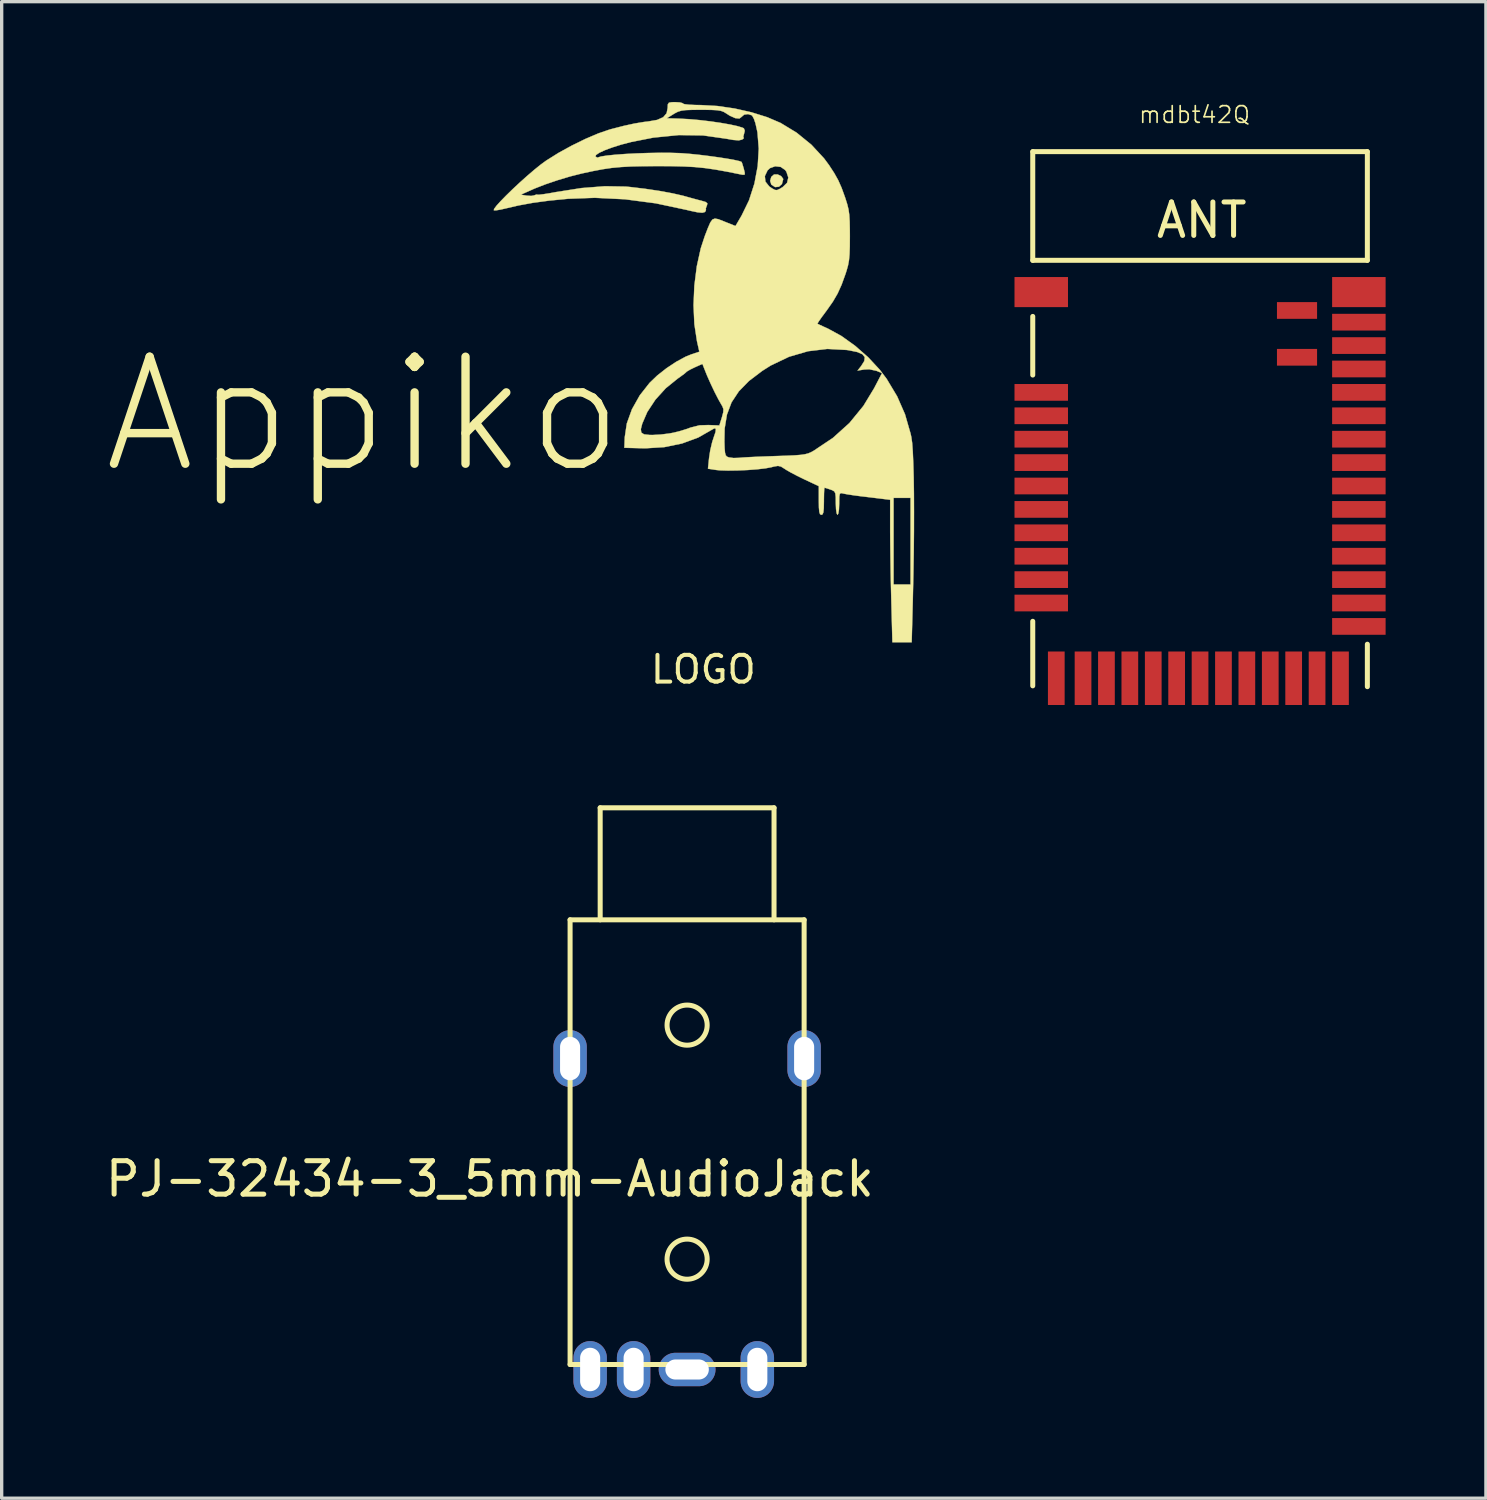
<source format=kicad_pcb>
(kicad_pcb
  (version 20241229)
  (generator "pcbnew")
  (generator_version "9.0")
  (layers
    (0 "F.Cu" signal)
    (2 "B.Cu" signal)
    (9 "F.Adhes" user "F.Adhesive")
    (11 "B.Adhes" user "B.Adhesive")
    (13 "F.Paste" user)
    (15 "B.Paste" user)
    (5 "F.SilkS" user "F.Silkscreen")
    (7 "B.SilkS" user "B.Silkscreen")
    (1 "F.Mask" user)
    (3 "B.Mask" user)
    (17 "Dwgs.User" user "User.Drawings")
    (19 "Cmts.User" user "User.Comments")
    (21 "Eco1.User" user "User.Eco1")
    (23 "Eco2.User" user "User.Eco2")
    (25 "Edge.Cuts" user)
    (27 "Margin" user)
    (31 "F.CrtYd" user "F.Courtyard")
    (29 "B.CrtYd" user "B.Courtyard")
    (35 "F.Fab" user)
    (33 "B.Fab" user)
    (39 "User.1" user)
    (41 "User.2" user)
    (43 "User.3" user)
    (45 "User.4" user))
  (footprint "PJ-32434-3_5mm-AudioJack"
    (layer "F.Cu")
    (at 17.501 31.111)
    (property "Reference" "PJ-32434-3_5mm-AudioJack" (at -5.9 1.1 0) (layer "F.SilkS") (effects (font (size 1 1) (thickness 0.15))))
    (attr through_hole)
    (fp_line (start -3.5 -6.65) (end -3.5 6.65) (stroke (width 0.15) (type solid)) (layer "F.SilkS"))
    (fp_line (start -3.5 6.65) (end 3.5 6.65) (stroke (width 0.15) (type solid)) (layer "F.SilkS"))
    (fp_line (start -2.6 -10) (end -2.6 -6.65) (stroke (width 0.15) (type solid)) (layer "F.SilkS"))
    (fp_line (start -2.6 -10) (end 2.6 -10) (stroke (width 0.15) (type solid)) (layer "F.SilkS"))
    (fp_line (start 2.6 -10) (end 2.6 -6.65) (stroke (width 0.15) (type solid)) (layer "F.SilkS"))
    (fp_line (start 3.5 -6.65) (end -3.5 -6.65) (stroke (width 0.15) (type solid)) (layer "F.SilkS"))
    (fp_line (start 3.5 6.65) (end 3.5 -6.65) (stroke (width 0.15) (type solid)) (layer "F.SilkS"))
    (fp_circle (center 0 -3.5) (end 0.6 -3.5) (stroke (width 0.15) (type solid)) (fill no) (layer "F.SilkS"))
    (fp_circle (center 0 3.5) (end 0.6 3.5) (stroke (width 0.15) (type solid)) (fill no) (layer "F.SilkS"))
    (pad "" thru_hole oval (at -3.5 -2.5) (size 1 1.7) (drill oval 0.6 1.3) (layers "*.Cu" "*.Mask"))
    (pad "" thru_hole oval (at 3.5 -2.5) (size 1 1.7) (drill oval 0.6 1.3) (layers "*.Cu" "*.Mask"))
    (pad "1" thru_hole oval (at -2.9 6.8) (size 1 1.7) (drill oval 0.6 1.3) (layers "*.Cu" "*.Mask"))
    (pad "2" thru_hole oval (at 0 6.8 90) (size 1 1.7) (drill oval 0.6 1.3) (layers "*.Cu" "*.Mask"))
    (pad "3" thru_hole oval (at -1.6 6.8) (size 1 1.7) (drill oval 0.6 1.3) (layers "*.Cu" "*.Mask"))
    (pad "4" thru_hole oval (at 2.1 6.8) (size 1 1.7) (drill oval 0.6 1.3) (layers "*.Cu" "*.Mask")))
  (footprint "LOGO"
    (layer "F.Cu")
    (at 17.986 8.082)
    (property "Reference" "LOGO" (at 0 8.89 0) (layer "F.SilkS") (effects (font (size 0.8 0.8) (thickness 0.12))))
    (attr through_hole)
    (fp_poly (pts (xy 2.327 -5.865) (xy 2.386 -5.786) (xy 2.388 -5.768) (xy 2.351 -5.628) (xy 2.262 -5.547) (xy 2.147 -5.536) (xy 2.035 -5.609) (xy 2.034 -5.611) (xy 1.998 -5.722) (xy 2.032 -5.841) (xy 2.114 -5.913) (xy 2.221 -5.915) (xy 2.327 -5.865)) (stroke (width 0.01) (type solid)) (fill yes) (layer "F.SilkS"))
    (fp_poly (pts (xy -0.702 -8.069) (xy -0.62 -8.047) (xy -0.61 -8.034) (xy -0.562 -8.016) (xy -0.434 -8.001) (xy -0.246 -7.992) (xy -0.064 -7.989) (xy 0.419 -7.962) (xy 0.93 -7.888) (xy 1.437 -7.774) (xy 1.909 -7.627) (xy 2.311 -7.455) (xy 2.79 -7.164) (xy 3.232 -6.804) (xy 3.611 -6.395) (xy 3.757 -6.198) (xy 3.916 -5.954) (xy 4.035 -5.741) (xy 4.135 -5.516) (xy 4.235 -5.24) (xy 4.252 -5.19) (xy 4.305 -5.021) (xy 4.342 -4.87) (xy 4.365 -4.709) (xy 4.377 -4.514) (xy 4.382 -4.258) (xy 4.383 -4.064) (xy 4.381 -3.759) (xy 4.373 -3.531) (xy 4.357 -3.352) (xy 4.329 -3.198) (xy 4.286 -3.043) (xy 4.253 -2.94) (xy 4.136 -2.617) (xy 4.017 -2.354) (xy 3.875 -2.11) (xy 3.689 -1.845) (xy 3.656 -1.801) (xy 3.541 -1.646) (xy 3.456 -1.524) (xy 3.415 -1.457) (xy 3.414 -1.449) (xy 3.464 -1.424) (xy 3.582 -1.369) (xy 3.728 -1.303) (xy 4.13 -1.083) (xy 4.539 -0.79) (xy 4.93 -0.447) (xy 5.275 -0.076) (xy 5.483 0.199) (xy 5.798 0.724) (xy 6.032 1.258) (xy 6.199 1.838) (xy 6.222 1.943) (xy 6.246 2.113) (xy 6.265 2.376) (xy 6.28 2.722) (xy 6.292 3.143) (xy 6.299 3.628) (xy 6.301 4.17) (xy 6.3 4.758) (xy 6.294 5.384) (xy 6.283 6.039) (xy 6.268 6.713) (xy 6.266 6.82) (xy 6.232 8.077) (xy 5.655 8.077) (xy 5.622 6.82) (xy 5.612 6.406) (xy 5.603 5.966) (xy 5.596 5.528) (xy 5.591 5.123) (xy 5.588 4.78) (xy 5.588 4.689) (xy 5.588 3.816) (xy 5.372 3.79) (xy 5.217 3.771) (xy 5.118 3.759) (xy 5.69 3.759) (xy 5.69 6.35) (xy 6.198 6.35) (xy 6.198 3.759) (xy 5.69 3.759) (xy 5.118 3.759) (xy 5.003 3.745) (xy 4.771 3.717) (xy 4.724 3.712) (xy 4.511 3.684) (xy 4.326 3.656) (xy 4.2 3.633) (xy 4.178 3.627) (xy 4.117 3.616) (xy 4.083 3.638) (xy 4.068 3.715) (xy 4.064 3.867) (xy 4.064 3.931) (xy 4.057 4.106) (xy 4.038 4.226) (xy 4.013 4.267) (xy 3.987 4.22) (xy 3.969 4.095) (xy 3.962 3.917) (xy 3.96 3.732) (xy 3.948 3.623) (xy 3.915 3.563) (xy 3.85 3.527) (xy 3.802 3.51) (xy 3.689 3.472) (xy 3.626 3.455) (xy 3.625 3.454) (xy 3.616 3.501) (xy 3.61 3.626) (xy 3.607 3.803) (xy 3.607 3.861) (xy 3.603 4.069) (xy 3.59 4.194) (xy 3.564 4.254) (xy 3.531 4.267) (xy 3.492 4.249) (xy 3.469 4.181) (xy 3.457 4.048) (xy 3.454 3.838) (xy 3.454 3.408) (xy 3.022 3.206) (xy 2.81 3.102) (xy 2.615 3) (xy 2.468 2.915) (xy 2.431 2.89) (xy 2.324 2.823) (xy 2.233 2.802) (xy 2.111 2.822) (xy 2.037 2.842) (xy 1.862 2.875) (xy 1.615 2.904) (xy 1.326 2.926) (xy 1.024 2.939) (xy 0.739 2.943) (xy 0.5 2.936) (xy 0.381 2.924) (xy 0.139 2.887) (xy 0.173 2.557) (xy 0.208 2.331) (xy 0.263 2.098) (xy 0.277 2.056) (xy 0.63 2.056) (xy 0.637 2.273) (xy 0.649 2.41) (xy 0.671 2.487) (xy 0.709 2.527) (xy 0.765 2.548) (xy 0.903 2.567) (xy 1.064 2.562) (xy 1.067 2.562) (xy 1.175 2.552) (xy 1.364 2.541) (xy 1.614 2.529) (xy 1.905 2.518) (xy 2.159 2.509) (xy 2.488 2.498) (xy 2.733 2.487) (xy 2.911 2.473) (xy 3.041 2.454) (xy 3.14 2.428) (xy 3.225 2.392) (xy 3.302 2.349) (xy 3.875 1.966) (xy 4.37 1.52) (xy 4.789 1.007) (xy 5.107 0.483) (xy 5.345 0.027) (xy 5.176 -0.042) (xy 4.963 -0.087) (xy 4.81 -0.08) (xy 4.613 -0.048) (xy 4.72 -0.183) (xy 4.814 -0.332) (xy 4.829 -0.448) (xy 4.76 -0.536) (xy 4.602 -0.604) (xy 4.348 -0.656) (xy 4.288 -0.665) (xy 3.708 -0.696) (xy 3.131 -0.627) (xy 2.565 -0.462) (xy 2.018 -0.201) (xy 1.763 -0.04) (xy 1.365 0.262) (xy 1.062 0.572) (xy 0.844 0.902) (xy 0.706 1.269) (xy 0.638 1.684) (xy 0.63 2.056) (xy 0.277 2.056) (xy 0.305 1.967) (xy 0.365 1.789) (xy 0.374 1.694) (xy 0.333 1.678) (xy 0.264 1.716) (xy -0.154 1.955) (xy -0.636 2.132) (xy -1.165 2.241) (xy -1.72 2.276) (xy -1.81 2.275) (xy -2.362 2.261) (xy -2.35 1.947) (xy -2.314 1.704) (xy -1.869 1.704) (xy -1.855 1.806) (xy -1.772 1.859) (xy -1.608 1.877) (xy -1.513 1.878) (xy -1.275 1.865) (xy -1.018 1.833) (xy -0.889 1.809) (xy -0.683 1.757) (xy -0.482 1.694) (xy -0.381 1.656) (xy -0.114 1.589) (xy 0.151 1.581) (xy 0.48 1.593) (xy 0.555 1.352) (xy 0.596 1.2) (xy 0.601 1.102) (xy 0.568 1.016) (xy 0.543 0.975) (xy 0.451 0.813) (xy 0.337 0.591) (xy 0.219 0.343) (xy 0.113 0.104) (xy 0.067 -0.01) (xy -0.027 -0.248) (xy -0.253 -0.147) (xy -0.391 -0.08) (xy -0.485 -0.025) (xy -0.507 -0.007) (xy -0.561 0.042) (xy -0.672 0.124) (xy -0.767 0.191) (xy -1.124 0.48) (xy -1.433 0.821) (xy -1.677 1.191) (xy -1.827 1.539) (xy -1.869 1.704) (xy -2.314 1.704) (xy -2.288 1.533) (xy -2.135 1.109) (xy -1.901 0.693) (xy -1.608 0.32) (xy -1.379 0.1) (xy -1.102 -0.118) (xy -0.808 -0.313) (xy -0.527 -0.465) (xy -0.364 -0.531) (xy -0.119 -0.612) (xy -0.19 -0.928) (xy -0.268 -1.44) (xy -0.293 -2.004) (xy -0.268 -2.59) (xy -0.195 -3.168) (xy -0.076 -3.707) (xy 0.044 -4.072) (xy 0.138 -4.315) (xy 0.208 -4.476) (xy 0.271 -4.565) (xy 0.346 -4.595) (xy 0.449 -4.576) (xy 0.598 -4.518) (xy 0.697 -4.478) (xy 0.962 -4.372) (xy 1.144 -4.683) (xy 1.367 -5.141) (xy 1.529 -5.644) (xy 1.57 -5.865) (xy 1.84 -5.865) (xy 1.857 -5.701) (xy 1.971 -5.556) (xy 2.057 -5.497) (xy 2.141 -5.452) (xy 2.204 -5.446) (xy 2.286 -5.483) (xy 2.375 -5.537) (xy 2.505 -5.664) (xy 2.542 -5.822) (xy 2.486 -5.993) (xy 2.447 -6.048) (xy 2.314 -6.14) (xy 2.15 -6.159) (xy 1.995 -6.104) (xy 1.921 -6.036) (xy 1.84 -5.865) (xy 1.57 -5.865) (xy 1.627 -6.167) (xy 1.658 -6.686) (xy 1.619 -7.176) (xy 1.56 -7.442) (xy 1.513 -7.579) (xy 1.463 -7.67) (xy 1.45 -7.683) (xy 1.338 -7.72) (xy 1.222 -7.704) (xy 1.149 -7.642) (xy 1.148 -7.64) (xy 1.08 -7.587) (xy 0.955 -7.599) (xy 0.791 -7.672) (xy 0.689 -7.738) (xy 0.612 -7.785) (xy 0.526 -7.817) (xy 0.41 -7.836) (xy 0.241 -7.845) (xy -0.002 -7.848) (xy -0.076 -7.848) (xy -0.34 -7.846) (xy -0.526 -7.839) (xy -0.657 -7.822) (xy -0.757 -7.792) (xy -0.848 -7.746) (xy -0.889 -7.721) (xy -1.092 -7.595) (xy -0.711 -7.583) (xy -0.426 -7.568) (xy -0.112 -7.54) (xy 0.21 -7.502) (xy 0.52 -7.457) (xy 0.798 -7.408) (xy 1.023 -7.359) (xy 1.176 -7.312) (xy 1.213 -7.293) (xy 1.24 -7.22) (xy 1.219 -7.136) (xy 1.195 -7.043) (xy 1.208 -7.009) (xy 1.202 -6.987) (xy 1.156 -6.956) (xy 1.059 -6.934) (xy 0.889 -6.947) (xy 0.686 -6.983) (xy -0.011 -7.082) (xy -0.734 -7.092) (xy -1.493 -7.016) (xy -2.164 -6.884) (xy -2.452 -6.808) (xy -2.716 -6.725) (xy -2.941 -6.642) (xy -3.11 -6.564) (xy -3.209 -6.497) (xy -3.226 -6.452) (xy -3.171 -6.418) (xy -3.156 -6.422) (xy -3.059 -6.452) (xy -2.877 -6.48) (xy -2.628 -6.505) (xy -2.33 -6.527) (xy -1.999 -6.544) (xy -1.653 -6.556) (xy -1.309 -6.562) (xy -0.985 -6.561) (xy -0.697 -6.552) (xy -0.617 -6.547) (xy -0.37 -6.527) (xy -0.093 -6.498) (xy 0.196 -6.462) (xy 0.477 -6.423) (xy 0.731 -6.383) (xy 0.94 -6.345) (xy 1.085 -6.312) (xy 1.145 -6.288) (xy 1.165 -6.235) (xy 1.2 -6.12) (xy 1.211 -6.08) (xy 1.241 -5.956) (xy 1.232 -5.906) (xy 1.172 -5.905) (xy 1.127 -5.914) (xy 0.708 -5.998) (xy 0.356 -6.061) (xy 0.043 -6.106) (xy -0.259 -6.136) (xy -0.578 -6.153) (xy -0.943 -6.162) (xy -1.372 -6.164) (xy -1.805 -6.161) (xy -2.161 -6.153) (xy -2.465 -6.136) (xy -2.74 -6.11) (xy -3.011 -6.07) (xy -3.302 -6.015) (xy -3.632 -5.944) (xy -3.981 -5.856) (xy -4.361 -5.742) (xy -4.732 -5.616) (xy -5.052 -5.491) (xy -5.105 -5.467) (xy -5.461 -5.309) (xy -5.283 -5.281) (xy -5.149 -5.272) (xy -5.056 -5.289) (xy -5.05 -5.293) (xy -4.984 -5.315) (xy -4.97 -5.309) (xy -4.913 -5.308) (xy -4.779 -5.324) (xy -4.588 -5.354) (xy -4.416 -5.386) (xy -3.644 -5.507) (xy -2.944 -5.562) (xy -2.319 -5.551) (xy -2.189 -5.539) (xy -1.745 -5.486) (xy -1.316 -5.422) (xy -0.929 -5.351) (xy -0.608 -5.278) (xy -0.533 -5.257) (xy -0.332 -5.201) (xy -0.128 -5.146) (xy -0.063 -5.13) (xy 0.069 -5.091) (xy 0.12 -5.051) (xy 0.11 -4.994) (xy 0.104 -4.983) (xy 0.074 -4.898) (xy 0.079 -4.865) (xy 0.069 -4.818) (xy 0.039 -4.787) (xy -0.032 -4.769) (xy -0.172 -4.782) (xy -0.392 -4.828) (xy -0.5 -4.854) (xy -1.425 -5.051) (xy -2.346 -5.172) (xy -3.244 -5.216) (xy -4.04 -5.187) (xy -4.607 -5.132) (xy -5.097 -5.066) (xy -5.534 -4.986) (xy -5.886 -4.904) (xy -6.06 -4.864) (xy -6.198 -4.841) (xy -6.265 -4.84) (xy -6.259 -4.881) (xy -6.188 -4.977) (xy -6.063 -5.115) (xy -5.897 -5.285) (xy -5.702 -5.475) (xy -5.489 -5.674) (xy -5.27 -5.87) (xy -5.058 -6.052) (xy -4.865 -6.208) (xy -4.702 -6.327) (xy -4.699 -6.329) (xy -4.332 -6.559) (xy -3.931 -6.779) (xy -3.525 -6.978) (xy -3.14 -7.142) (xy -2.804 -7.257) (xy -2.769 -7.267) (xy -2.377 -7.368) (xy -2.056 -7.438) (xy -1.778 -7.484) (xy -1.655 -7.498) (xy -1.383 -7.545) (xy -1.2 -7.626) (xy -1.098 -7.745) (xy -1.067 -7.903) (xy -1.062 -8.01) (xy -1.028 -8.061) (xy -0.938 -8.076) (xy -0.838 -8.077) (xy -0.702 -8.069)) (stroke (width 0.01) (type solid)) (fill yes) (layer "F.SilkS"))
    (fp_text user "Appiko" (at -10.16 1.27 0) (layer "F.SilkS") (effects (font (size 3.2 3.2) (thickness 0.25)))))
  (footprint "mdbt42Q"
    (layer "F.Cu")
    (at 32.843 10.986)
    (property "Reference" "mdbt42Q" (at -0.166 -10.606 0) (layer "F.SilkS") (effects (font (size 0.5 0.5) (thickness 0.05))))
    (attr through_hole)
    (fp_line (start -5.004 -9.5) (end -5.004 -6.248) (stroke (width 0.15) (type solid)) (layer "F.SilkS"))
    (fp_line (start -5.004 -2.819) (end -5.004 -4.572) (stroke (width 0.15) (type solid)) (layer "F.SilkS"))
    (fp_line (start -5.004 6.477) (end -5.004 4.547) (stroke (width 0.15) (type solid)) (layer "F.SilkS"))
    (fp_line (start -5 -9.5) (end 5 -9.5) (stroke (width 0.15) (type solid)) (layer "F.SilkS"))
    (fp_line (start 5 -6.25) (end -5 -6.25) (stroke (width 0.15) (type solid)) (layer "F.SilkS"))
    (fp_line (start 5.004 -9.5) (end 5.004 -6.248) (stroke (width 0.15) (type solid)) (layer "F.SilkS"))
    (fp_line (start 5.004 6.502) (end 5.004 5.232) (stroke (width 0.15) (type solid)) (layer "F.SilkS"))
    (fp_text user "ANT" (at 0.05 -7.45 0) (layer "F.SilkS") (effects (font (size 1 1) (thickness 0.15))))
    (pad "1" smd rect (at -4.75 -5.3) (size 1.6 0.9) (layers "F.Cu" "F.Mask" "F.Paste"))
    (pad "2" smd rect (at -4.75 -2.3) (size 1.6 0.5) (layers "F.Cu" "F.Mask" "F.Paste"))
    (pad "3" smd rect (at -4.75 -1.6) (size 1.6 0.5) (layers "F.Cu" "F.Mask" "F.Paste"))
    (pad "4" smd rect (at -4.75 -0.9) (size 1.6 0.5) (layers "F.Cu" "F.Mask" "F.Paste"))
    (pad "5" smd rect (at -4.75 -0.2) (size 1.6 0.5) (layers "F.Cu" "F.Mask" "F.Paste"))
    (pad "6" smd rect (at -4.75 0.5) (size 1.6 0.5) (layers "F.Cu" "F.Mask" "F.Paste"))
    (pad "7" smd rect (at -4.75 1.2) (size 1.6 0.5) (layers "F.Cu" "F.Mask" "F.Paste"))
    (pad "8" smd rect (at -4.75 1.9) (size 1.6 0.5) (layers "F.Cu" "F.Mask" "F.Paste"))
    (pad "9" smd rect (at -4.75 2.6) (size 1.6 0.5) (layers "F.Cu" "F.Mask" "F.Paste"))
    (pad "10" smd rect (at -4.75 3.3) (size 1.6 0.5) (layers "F.Cu" "F.Mask" "F.Paste"))
    (pad "11" smd rect (at -4.75 4) (size 1.6 0.5) (layers "F.Cu" "F.Mask" "F.Paste"))
    (pad "12" smd rect (at -4.3 6.25) (size 0.5 1.6) (layers "F.Cu" "F.Mask" "F.Paste"))
    (pad "13" smd rect (at -3.5 6.25) (size 0.5 1.6) (layers "F.Cu" "F.Mask" "F.Paste"))
    (pad "14" smd rect (at -2.8 6.25) (size 0.5 1.6) (layers "F.Cu" "F.Mask" "F.Paste"))
    (pad "15" smd rect (at -2.1 6.25) (size 0.5 1.6) (layers "F.Cu" "F.Mask" "F.Paste"))
    (pad "16" smd rect (at -1.4 6.25) (size 0.5 1.6) (layers "F.Cu" "F.Mask" "F.Paste"))
    (pad "17" smd rect (at -0.7 6.25) (size 0.5 1.6) (layers "F.Cu" "F.Mask" "F.Paste"))
    (pad "18" smd rect (at 0 6.25) (size 0.5 1.6) (layers "F.Cu" "F.Mask" "F.Paste"))
    (pad "19" smd rect (at 0.7 6.25) (size 0.5 1.6) (layers "F.Cu" "F.Mask" "F.Paste"))
    (pad "20" smd rect (at 1.4 6.25) (size 0.5 1.6) (layers "F.Cu" "F.Mask" "F.Paste"))
    (pad "21" smd rect (at 2.1 6.25) (size 0.5 1.6) (layers "F.Cu" "F.Mask" "F.Paste"))
    (pad "22" smd rect (at 2.8 6.25) (size 0.5 1.6) (layers "F.Cu" "F.Mask" "F.Paste"))
    (pad "23" smd rect (at 3.5 6.25) (size 0.5 1.6) (layers "F.Cu" "F.Mask" "F.Paste"))
    (pad "24" smd rect (at 4.2 6.25) (size 0.5 1.6) (layers "F.Cu" "F.Mask" "F.Paste"))
    (pad "25" smd rect (at 4.75 4.7) (size 1.6 0.5) (layers "F.Cu" "F.Mask" "F.Paste"))
    (pad "26" smd rect (at 4.75 4) (size 1.6 0.5) (layers "F.Cu" "F.Mask" "F.Paste"))
    (pad "27" smd rect (at 4.75 3.3) (size 1.6 0.5) (layers "F.Cu" "F.Mask" "F.Paste"))
    (pad "28" smd rect (at 4.75 2.6) (size 1.6 0.5) (layers "F.Cu" "F.Mask" "F.Paste"))
    (pad "29" smd rect (at 4.75 1.9) (size 1.6 0.5) (layers "F.Cu" "F.Mask" "F.Paste"))
    (pad "30" smd rect (at 4.75 1.2) (size 1.6 0.5) (layers "F.Cu" "F.Mask" "F.Paste"))
    (pad "31" smd rect (at 4.75 0.5) (size 1.6 0.5) (layers "F.Cu" "F.Mask" "F.Paste"))
    (pad "32" smd rect (at 4.75 -0.2) (size 1.6 0.5) (layers "F.Cu" "F.Mask" "F.Paste"))
    (pad "33" smd rect (at 4.75 -0.9) (size 1.6 0.5) (layers "F.Cu" "F.Mask" "F.Paste"))
    (pad "34" smd rect (at 4.75 -1.6) (size 1.6 0.5) (layers "F.Cu" "F.Mask" "F.Paste"))
    (pad "35" smd rect (at 4.75 -2.3) (size 1.6 0.5) (layers "F.Cu" "F.Mask" "F.Paste"))
    (pad "36" smd rect (at 4.75 -3) (size 1.6 0.5) (layers "F.Cu" "F.Mask" "F.Paste"))
    (pad "37" smd rect (at 4.75 -3.7) (size 1.6 0.5) (layers "F.Cu" "F.Mask" "F.Paste"))
    (pad "38" smd rect (at 4.75 -4.4) (size 1.6 0.5) (layers "F.Cu" "F.Mask" "F.Paste"))
    (pad "39" smd rect (at 4.75 -5.3) (size 1.6 0.9) (layers "F.Cu" "F.Mask" "F.Paste"))
    (pad "40" smd rect (at 2.9 -4.75) (size 1.2 0.5) (layers "F.Cu" "F.Mask" "F.Paste"))
    (pad "41" smd rect (at 2.9 -3.35) (size 1.2 0.5) (layers "F.Cu" "F.Mask" "F.Paste")))
  (gr_rect
    (start -3 -3)
    (end 41.393 41.761)
    (stroke (width 0.1) (type default))
    (fill no)
    (layer "Edge.Cuts")))
</source>
